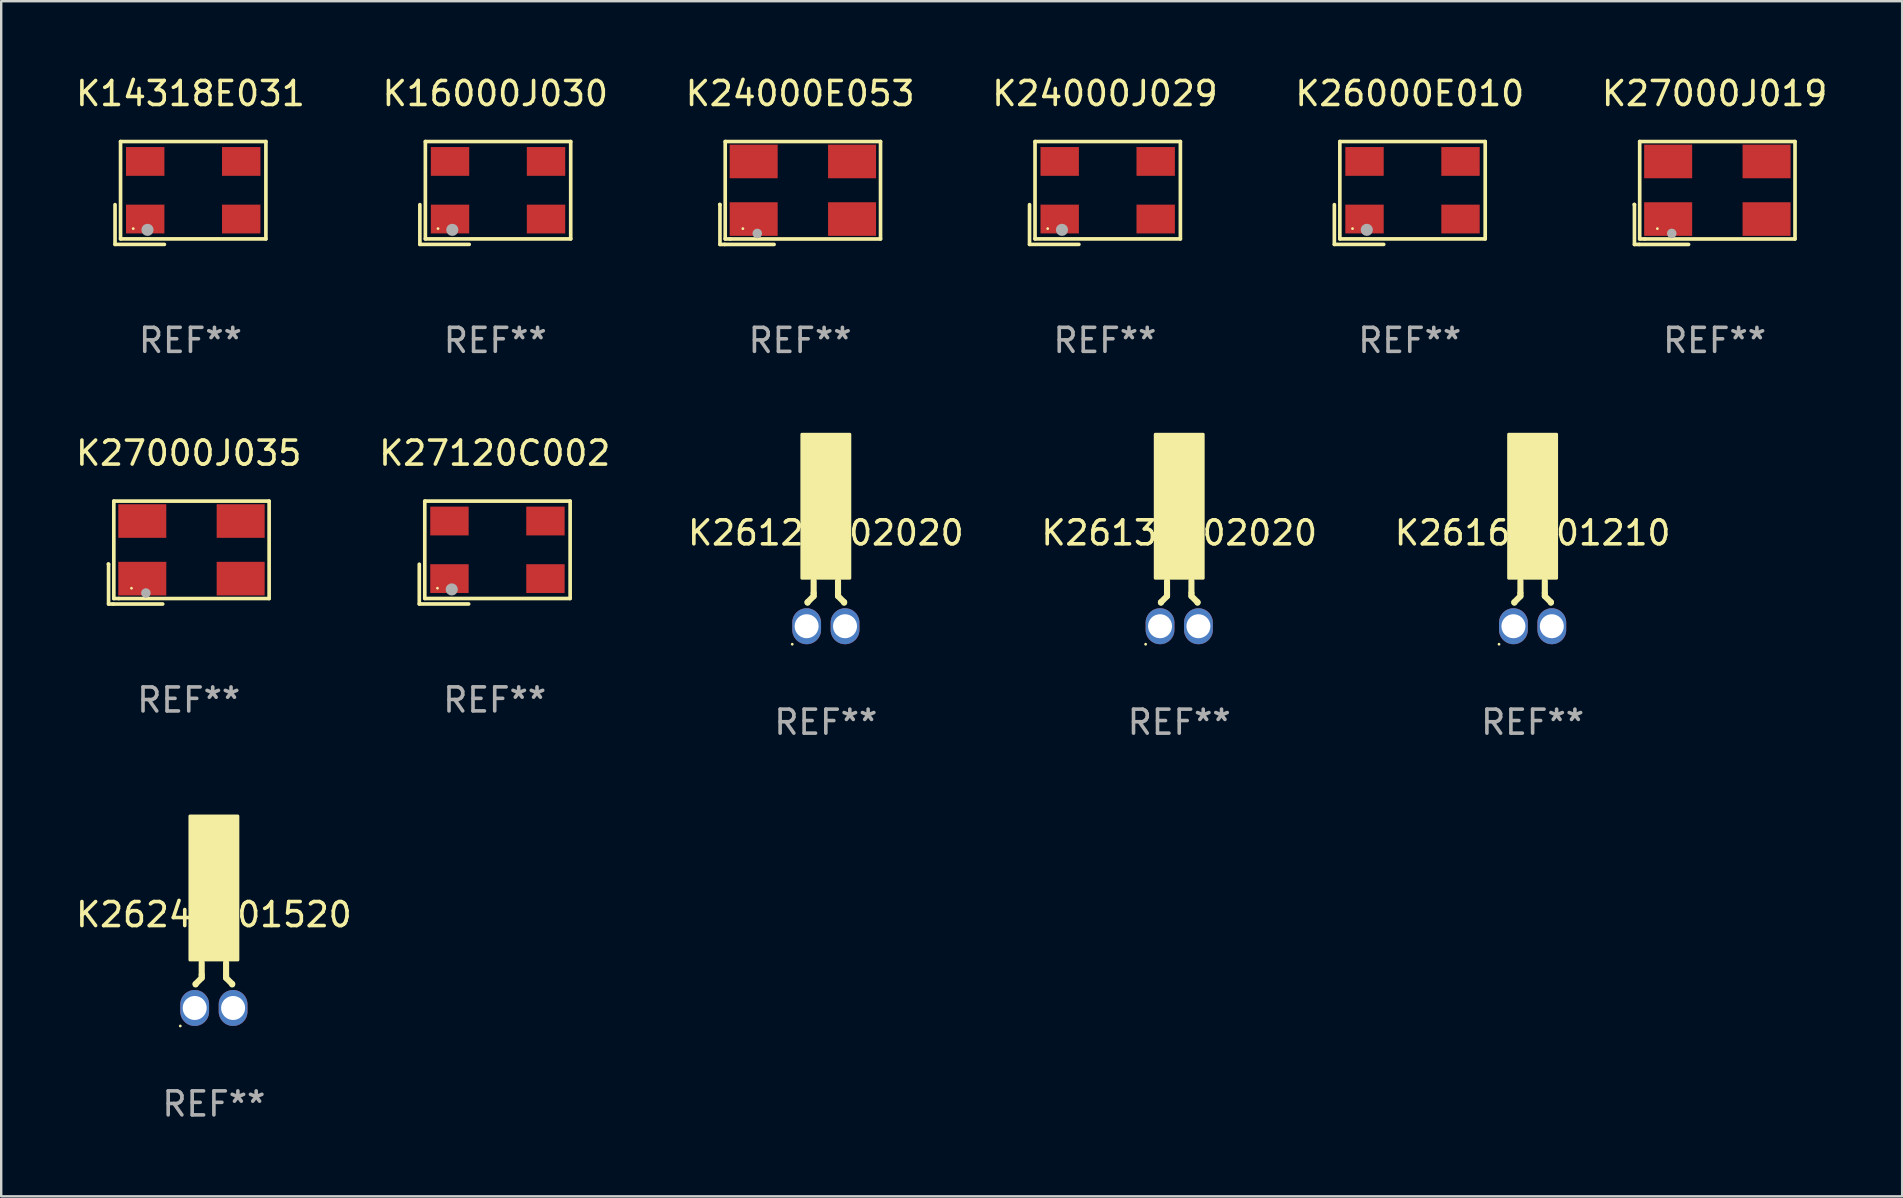
<source format=kicad_pcb>
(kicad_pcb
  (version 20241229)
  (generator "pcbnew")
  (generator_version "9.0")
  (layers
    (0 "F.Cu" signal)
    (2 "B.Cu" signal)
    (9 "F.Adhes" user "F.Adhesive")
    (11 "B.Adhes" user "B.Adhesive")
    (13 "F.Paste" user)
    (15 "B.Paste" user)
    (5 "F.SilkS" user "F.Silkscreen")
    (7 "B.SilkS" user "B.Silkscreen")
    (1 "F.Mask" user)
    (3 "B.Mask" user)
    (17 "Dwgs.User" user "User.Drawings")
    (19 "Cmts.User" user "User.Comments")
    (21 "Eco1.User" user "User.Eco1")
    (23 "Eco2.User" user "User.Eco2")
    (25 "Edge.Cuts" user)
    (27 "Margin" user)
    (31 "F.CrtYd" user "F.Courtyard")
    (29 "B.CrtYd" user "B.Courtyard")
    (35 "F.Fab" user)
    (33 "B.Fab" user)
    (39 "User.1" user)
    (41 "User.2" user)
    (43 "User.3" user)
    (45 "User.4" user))
  (footprint "K26135602020"
    (layer "F.Cu")
    (at 46.089 22.1)
    (property "Reference" "K26135602020" (at 0 -2.945 0) (layer "F.SilkS") (effects (font (size 1 1) (thickness 0.15))))
    (attr through_hole)
    (fp_line (start -0.762 -0.055) (end -0.762 -0.036) (stroke (width 0.254) (type solid)) (layer "F.SilkS"))
    (fp_line (start -0.508 -0.436) (end -0.508 -0.945) (stroke (width 0.254) (type solid)) (layer "F.SilkS"))
    (fp_line (start -0.508 -0.436) (end -0.508 -0.309) (stroke (width 0.254) (type solid)) (layer "F.SilkS"))
    (fp_line (start -0.508 -0.309) (end -0.762 -0.055) (stroke (width 0.254) (type solid)) (layer "F.SilkS"))
    (fp_line (start 0.508 -0.436) (end 0.508 -0.945) (stroke (width 0.254) (type solid)) (layer "F.SilkS"))
    (fp_line (start 0.508 -0.436) (end 0.508 -0.31) (stroke (width 0.254) (type solid)) (layer "F.SilkS"))
    (fp_line (start 0.508 -0.31) (end 0.762 -0.055) (stroke (width 0.254) (type solid)) (layer "F.SilkS"))
    (fp_line (start 0.762 -0.055) (end 0.762 -0.036) (stroke (width 0.254) (type solid)) (layer "F.SilkS"))
    (fp_circle (center -1.4 1.695) (end -1.37 1.695) (stroke (width 0.06) (type solid)) (fill no) (layer "F.SilkS"))
    (fp_poly (pts (xy -1 -7.055) (xy 1 -7.055) (xy 1 -1.055) (xy -1 -1.055)) (stroke (width 0.12) (type solid)) (fill yes) (layer "F.SilkS"))
    (fp_text user "REF**" (at 0 4.945 0) (layer "F.Fab") (effects (font (size 1 1) (thickness 0.15))))
    (pad "1" thru_hole oval (at -0.8 0.945) (size 1.2 1.5) (drill 1) (layers "*.Cu" "*.Mask"))
    (pad "2" thru_hole oval (at 0.8 0.945) (size 1.2 1.5) (drill 1) (layers "*.Cu" "*.Mask")))
  (footprint "K26000E010"
    (layer "F.Cu")
    (at 55.696 4.991)
    (property "Reference" "K26000E010" (at 0 -4.143 0) (layer "F.SilkS") (effects (font (size 1 1) (thickness 0.15))))
    (attr through_hole)
    (fp_line (start -3.143 0.486) (end -3.143 2.143) (stroke (width 0.152) (type solid)) (layer "F.SilkS"))
    (fp_line (start -3.143 2.143) (end -1.086 2.143) (stroke (width 0.152) (type solid)) (layer "F.SilkS"))
    (fp_line (start -2.914 -2.143) (end 3.143 -2.143) (stroke (width 0.152) (type solid)) (layer "F.SilkS"))
    (fp_line (start -2.914 1.914) (end -2.914 -2.143) (stroke (width 0.152) (type solid)) (layer "F.SilkS"))
    (fp_line (start 3.143 -2.143) (end 3.143 1.914) (stroke (width 0.152) (type solid)) (layer "F.SilkS"))
    (fp_line (start 3.143 1.914) (end -2.914 1.914) (stroke (width 0.152) (type solid)) (layer "F.SilkS"))
    (fp_circle (center -2.386 1.486) (end -2.356 1.486) (stroke (width 0.06) (type solid)) (fill no) (layer "F.SilkS"))
    (fp_circle (center -1.791 1.537) (end -1.664 1.537) (stroke (width 0.254) (type solid)) (fill no) (layer "F.Fab"))
    (fp_text user "REF**" (at 0 6.143 0) (layer "F.Fab") (effects (font (size 1 1) (thickness 0.15))))
    (pad "1" smd rect (at -1.886 1.086) (size 1.6 1.2) (layers "F.Cu" "F.Mask" "F.Paste"))
    (pad "2" smd rect (at 2.114 1.086) (size 1.6 1.2) (layers "F.Cu" "F.Mask" "F.Paste"))
    (pad "3" smd rect (at 2.114 -1.314) (size 1.6 1.2) (layers "F.Cu" "F.Mask" "F.Paste"))
    (pad "4" smd rect (at -1.886 -1.314) (size 1.6 1.2) (layers "F.Cu" "F.Mask" "F.Paste")))
  (footprint "K27120C002"
    (layer "F.Cu")
    (at 17.565 19.975)
    (property "Reference" "K27120C002" (at 0 -4.143 0) (layer "F.SilkS") (effects (font (size 1 1) (thickness 0.15))))
    (attr through_hole)
    (fp_line (start -3.143 0.486) (end -3.143 2.143) (stroke (width 0.152) (type solid)) (layer "F.SilkS"))
    (fp_line (start -3.143 2.143) (end -1.086 2.143) (stroke (width 0.152) (type solid)) (layer "F.SilkS"))
    (fp_line (start -2.914 -2.143) (end 3.143 -2.143) (stroke (width 0.152) (type solid)) (layer "F.SilkS"))
    (fp_line (start -2.914 1.914) (end -2.914 -2.143) (stroke (width 0.152) (type solid)) (layer "F.SilkS"))
    (fp_line (start 3.143 -2.143) (end 3.143 1.914) (stroke (width 0.152) (type solid)) (layer "F.SilkS"))
    (fp_line (start 3.143 1.914) (end -2.914 1.914) (stroke (width 0.152) (type solid)) (layer "F.SilkS"))
    (fp_circle (center -2.386 1.486) (end -2.356 1.486) (stroke (width 0.06) (type solid)) (fill no) (layer "F.SilkS"))
    (fp_circle (center -1.791 1.537) (end -1.664 1.537) (stroke (width 0.254) (type solid)) (fill no) (layer "F.Fab"))
    (fp_text user "REF**" (at 0 6.143 0) (layer "F.Fab") (effects (font (size 1 1) (thickness 0.15))))
    (pad "1" smd rect (at -1.886 1.086) (size 1.6 1.2) (layers "F.Cu" "F.Mask" "F.Paste"))
    (pad "2" smd rect (at 2.114 1.086) (size 1.6 1.2) (layers "F.Cu" "F.Mask" "F.Paste"))
    (pad "3" smd rect (at 2.114 -1.314) (size 1.6 1.2) (layers "F.Cu" "F.Mask" "F.Paste"))
    (pad "4" smd rect (at -1.886 -1.314) (size 1.6 1.2) (layers "F.Cu" "F.Mask" "F.Paste")))
  (footprint "K27000J019"
    (layer "F.Cu")
    (at 68.399 4.992)
    (property "Reference" "K27000J019" (at 0 -4.144 0) (layer "F.SilkS") (effects (font (size 1 1) (thickness 0.15))))
    (attr through_hole)
    (fp_line (start -3.35 0.476) (end -3.341 0.485) (stroke (width 0.152) (type solid)) (layer "F.SilkS"))
    (fp_line (start -3.341 0.485) (end -3.341 2.144) (stroke (width 0.152) (type solid)) (layer "F.SilkS"))
    (fp_line (start -3.341 2.144) (end -3.143 2.144) (stroke (width 0.152) (type solid)) (layer "F.SilkS"))
    (fp_line (start -3.143 2.144) (end -1.085 2.144) (stroke (width 0.152) (type solid)) (layer "F.SilkS"))
    (fp_line (start -3.122 -2.144) (end 3.35 -2.144) (stroke (width 0.152) (type solid)) (layer "F.SilkS"))
    (fp_line (start -3.122 1.915) (end -3.122 -2.144) (stroke (width 0.152) (type solid)) (layer "F.SilkS"))
    (fp_line (start -2.914 1.915) (end -3.122 1.915) (stroke (width 0.152) (type solid)) (layer "F.SilkS"))
    (fp_line (start 3.35 -2.144) (end 3.35 1.915) (stroke (width 0.152) (type solid)) (layer "F.SilkS"))
    (fp_line (start 3.35 1.915) (end -2.914 1.915) (stroke (width 0.152) (type solid)) (layer "F.SilkS"))
    (fp_circle (center -2.386 1.486) (end -2.356 1.486) (stroke (width 0.06) (type solid)) (fill no) (layer "F.SilkS"))
    (fp_circle (center -1.786 1.686) (end -1.686 1.686) (stroke (width 0.2) (type solid)) (fill no) (layer "F.Fab"))
    (fp_text user "REF**" (at 0 6.144 0) (layer "F.Fab") (effects (font (size 1 1) (thickness 0.15))))
    (pad "1" smd rect (at -1.936 1.086) (size 2 1.4) (layers "F.Cu" "F.Mask" "F.Paste"))
    (pad "2" smd rect (at 2.164 1.086) (size 2 1.4) (layers "F.Cu" "F.Mask" "F.Paste"))
    (pad "3" smd rect (at 2.164 -1.314) (size 2 1.4) (layers "F.Cu" "F.Mask" "F.Paste"))
    (pad "4" smd rect (at -1.936 -1.314) (size 2 1.4) (layers "F.Cu" "F.Mask" "F.Paste")))
  (footprint "K24000J029"
    (layer "F.Cu")
    (at 42.994 4.991)
    (property "Reference" "K24000J029" (at 0 -4.143 0) (layer "F.SilkS") (effects (font (size 1 1) (thickness 0.15))))
    (attr through_hole)
    (fp_line (start -3.143 0.486) (end -3.143 2.143) (stroke (width 0.152) (type solid)) (layer "F.SilkS"))
    (fp_line (start -3.143 2.143) (end -1.086 2.143) (stroke (width 0.152) (type solid)) (layer "F.SilkS"))
    (fp_line (start -2.914 -2.143) (end 3.143 -2.143) (stroke (width 0.152) (type solid)) (layer "F.SilkS"))
    (fp_line (start -2.914 1.914) (end -2.914 -2.143) (stroke (width 0.152) (type solid)) (layer "F.SilkS"))
    (fp_line (start 3.143 -2.143) (end 3.143 1.914) (stroke (width 0.152) (type solid)) (layer "F.SilkS"))
    (fp_line (start 3.143 1.914) (end -2.914 1.914) (stroke (width 0.152) (type solid)) (layer "F.SilkS"))
    (fp_circle (center -2.386 1.486) (end -2.356 1.486) (stroke (width 0.06) (type solid)) (fill no) (layer "F.SilkS"))
    (fp_circle (center -1.791 1.537) (end -1.664 1.537) (stroke (width 0.254) (type solid)) (fill no) (layer "F.Fab"))
    (fp_text user "REF**" (at 0 6.143 0) (layer "F.Fab") (effects (font (size 1 1) (thickness 0.15))))
    (pad "1" smd rect (at -1.886 1.086) (size 1.6 1.2) (layers "F.Cu" "F.Mask" "F.Paste"))
    (pad "2" smd rect (at 2.114 1.086) (size 1.6 1.2) (layers "F.Cu" "F.Mask" "F.Paste"))
    (pad "3" smd rect (at 2.114 -1.314) (size 1.6 1.2) (layers "F.Cu" "F.Mask" "F.Paste"))
    (pad "4" smd rect (at -1.886 -1.314) (size 1.6 1.2) (layers "F.Cu" "F.Mask" "F.Paste")))
  (footprint "K27000J035"
    (layer "F.Cu")
    (at 4.815 19.976)
    (property "Reference" "K27000J035" (at 0 -4.144 0) (layer "F.SilkS") (effects (font (size 1 1) (thickness 0.15))))
    (attr through_hole)
    (fp_line (start -3.35 0.476) (end -3.341 0.485) (stroke (width 0.152) (type solid)) (layer "F.SilkS"))
    (fp_line (start -3.341 0.485) (end -3.341 2.144) (stroke (width 0.152) (type solid)) (layer "F.SilkS"))
    (fp_line (start -3.341 2.144) (end -3.143 2.144) (stroke (width 0.152) (type solid)) (layer "F.SilkS"))
    (fp_line (start -3.143 2.144) (end -1.085 2.144) (stroke (width 0.152) (type solid)) (layer "F.SilkS"))
    (fp_line (start -3.122 -2.144) (end 3.35 -2.144) (stroke (width 0.152) (type solid)) (layer "F.SilkS"))
    (fp_line (start -3.122 1.915) (end -3.122 -2.144) (stroke (width 0.152) (type solid)) (layer "F.SilkS"))
    (fp_line (start -2.914 1.915) (end -3.122 1.915) (stroke (width 0.152) (type solid)) (layer "F.SilkS"))
    (fp_line (start 3.35 -2.144) (end 3.35 1.915) (stroke (width 0.152) (type solid)) (layer "F.SilkS"))
    (fp_line (start 3.35 1.915) (end -2.914 1.915) (stroke (width 0.152) (type solid)) (layer "F.SilkS"))
    (fp_circle (center -2.386 1.486) (end -2.356 1.486) (stroke (width 0.06) (type solid)) (fill no) (layer "F.SilkS"))
    (fp_circle (center -1.786 1.686) (end -1.686 1.686) (stroke (width 0.2) (type solid)) (fill no) (layer "F.Fab"))
    (fp_text user "REF**" (at 0 6.144 0) (layer "F.Fab") (effects (font (size 1 1) (thickness 0.15))))
    (pad "1" smd rect (at -1.936 1.086) (size 2 1.4) (layers "F.Cu" "F.Mask" "F.Paste"))
    (pad "2" smd rect (at 2.164 1.086) (size 2 1.4) (layers "F.Cu" "F.Mask" "F.Paste"))
    (pad "3" smd rect (at 2.164 -1.314) (size 2 1.4) (layers "F.Cu" "F.Mask" "F.Paste"))
    (pad "4" smd rect (at -1.936 -1.314) (size 2 1.4) (layers "F.Cu" "F.Mask" "F.Paste")))
  (footprint "K26120002020"
    (layer "F.Cu")
    (at 31.363 22.1)
    (property "Reference" "K26120002020" (at 0 -2.945 0) (layer "F.SilkS") (effects (font (size 1 1) (thickness 0.15))))
    (attr through_hole)
    (fp_line (start -0.762 -0.055) (end -0.762 -0.036) (stroke (width 0.254) (type solid)) (layer "F.SilkS"))
    (fp_line (start -0.508 -0.436) (end -0.508 -0.945) (stroke (width 0.254) (type solid)) (layer "F.SilkS"))
    (fp_line (start -0.508 -0.436) (end -0.508 -0.309) (stroke (width 0.254) (type solid)) (layer "F.SilkS"))
    (fp_line (start -0.508 -0.309) (end -0.762 -0.055) (stroke (width 0.254) (type solid)) (layer "F.SilkS"))
    (fp_line (start 0.508 -0.436) (end 0.508 -0.945) (stroke (width 0.254) (type solid)) (layer "F.SilkS"))
    (fp_line (start 0.508 -0.436) (end 0.508 -0.31) (stroke (width 0.254) (type solid)) (layer "F.SilkS"))
    (fp_line (start 0.508 -0.31) (end 0.762 -0.055) (stroke (width 0.254) (type solid)) (layer "F.SilkS"))
    (fp_line (start 0.762 -0.055) (end 0.762 -0.036) (stroke (width 0.254) (type solid)) (layer "F.SilkS"))
    (fp_circle (center -1.4 1.695) (end -1.37 1.695) (stroke (width 0.06) (type solid)) (fill no) (layer "F.SilkS"))
    (fp_poly (pts (xy -1 -7.055) (xy 1 -7.055) (xy 1 -1.055) (xy -1 -1.055)) (stroke (width 0.12) (type solid)) (fill yes) (layer "F.SilkS"))
    (fp_text user "REF**" (at 0 4.945 0) (layer "F.Fab") (effects (font (size 1 1) (thickness 0.15))))
    (pad "1" thru_hole oval (at -0.8 0.945) (size 1.2 1.5) (drill 1) (layers "*.Cu" "*.Mask"))
    (pad "2" thru_hole oval (at 0.8 0.945) (size 1.2 1.5) (drill 1) (layers "*.Cu" "*.Mask")))
  (footprint "K26240001520"
    (layer "F.Cu")
    (at 5.863 38.008)
    (property "Reference" "K26240001520" (at 0 -2.945 0) (layer "F.SilkS") (effects (font (size 1 1) (thickness 0.15))))
    (attr through_hole)
    (fp_line (start -0.762 -0.055) (end -0.762 -0.036) (stroke (width 0.254) (type solid)) (layer "F.SilkS"))
    (fp_line (start -0.508 -0.436) (end -0.508 -0.945) (stroke (width 0.254) (type solid)) (layer "F.SilkS"))
    (fp_line (start -0.508 -0.436) (end -0.508 -0.309) (stroke (width 0.254) (type solid)) (layer "F.SilkS"))
    (fp_line (start -0.508 -0.309) (end -0.762 -0.055) (stroke (width 0.254) (type solid)) (layer "F.SilkS"))
    (fp_line (start 0.508 -0.436) (end 0.508 -0.945) (stroke (width 0.254) (type solid)) (layer "F.SilkS"))
    (fp_line (start 0.508 -0.436) (end 0.508 -0.31) (stroke (width 0.254) (type solid)) (layer "F.SilkS"))
    (fp_line (start 0.508 -0.31) (end 0.762 -0.055) (stroke (width 0.254) (type solid)) (layer "F.SilkS"))
    (fp_line (start 0.762 -0.055) (end 0.762 -0.036) (stroke (width 0.254) (type solid)) (layer "F.SilkS"))
    (fp_circle (center -1.4 1.695) (end -1.37 1.695) (stroke (width 0.06) (type solid)) (fill no) (layer "F.SilkS"))
    (fp_poly (pts (xy -1 -7.055) (xy 1 -7.055) (xy 1 -1.055) (xy -1 -1.055)) (stroke (width 0.12) (type solid)) (fill yes) (layer "F.SilkS"))
    (fp_text user "REF**" (at 0 4.945 0) (layer "F.Fab") (effects (font (size 1 1) (thickness 0.15))))
    (pad "1" thru_hole oval (at -0.8 0.945) (size 1.2 1.5) (drill 1) (layers "*.Cu" "*.Mask"))
    (pad "2" thru_hole oval (at 0.8 0.945) (size 1.2 1.5) (drill 1) (layers "*.Cu" "*.Mask")))
  (footprint "K26160001210"
    (layer "F.Cu")
    (at 60.815 22.1)
    (property "Reference" "K26160001210" (at 0 -2.945 0) (layer "F.SilkS") (effects (font (size 1 1) (thickness 0.15))))
    (attr through_hole)
    (fp_line (start -0.762 -0.055) (end -0.762 -0.036) (stroke (width 0.254) (type solid)) (layer "F.SilkS"))
    (fp_line (start -0.508 -0.436) (end -0.508 -0.945) (stroke (width 0.254) (type solid)) (layer "F.SilkS"))
    (fp_line (start -0.508 -0.436) (end -0.508 -0.309) (stroke (width 0.254) (type solid)) (layer "F.SilkS"))
    (fp_line (start -0.508 -0.309) (end -0.762 -0.055) (stroke (width 0.254) (type solid)) (layer "F.SilkS"))
    (fp_line (start 0.508 -0.436) (end 0.508 -0.945) (stroke (width 0.254) (type solid)) (layer "F.SilkS"))
    (fp_line (start 0.508 -0.436) (end 0.508 -0.31) (stroke (width 0.254) (type solid)) (layer "F.SilkS"))
    (fp_line (start 0.508 -0.31) (end 0.762 -0.055) (stroke (width 0.254) (type solid)) (layer "F.SilkS"))
    (fp_line (start 0.762 -0.055) (end 0.762 -0.036) (stroke (width 0.254) (type solid)) (layer "F.SilkS"))
    (fp_circle (center -1.4 1.695) (end -1.37 1.695) (stroke (width 0.06) (type solid)) (fill no) (layer "F.SilkS"))
    (fp_poly (pts (xy -1 -7.055) (xy 1 -7.055) (xy 1 -1.055) (xy -1 -1.055)) (stroke (width 0.12) (type solid)) (fill yes) (layer "F.SilkS"))
    (fp_text user "REF**" (at 0 4.945 0) (layer "F.Fab") (effects (font (size 1 1) (thickness 0.15))))
    (pad "1" thru_hole oval (at -0.8 0.945) (size 1.2 1.5) (drill 1) (layers "*.Cu" "*.Mask"))
    (pad "2" thru_hole oval (at 0.8 0.945) (size 1.2 1.5) (drill 1) (layers "*.Cu" "*.Mask")))
  (footprint "K16000J030"
    (layer "F.Cu")
    (at 17.589 4.991)
    (property "Reference" "K16000J030" (at 0 -4.143 0) (layer "F.SilkS") (effects (font (size 1 1) (thickness 0.15))))
    (attr through_hole)
    (fp_line (start -3.143 0.486) (end -3.143 2.143) (stroke (width 0.152) (type solid)) (layer "F.SilkS"))
    (fp_line (start -3.143 2.143) (end -1.086 2.143) (stroke (width 0.152) (type solid)) (layer "F.SilkS"))
    (fp_line (start -2.914 -2.143) (end 3.143 -2.143) (stroke (width 0.152) (type solid)) (layer "F.SilkS"))
    (fp_line (start -2.914 1.914) (end -2.914 -2.143) (stroke (width 0.152) (type solid)) (layer "F.SilkS"))
    (fp_line (start 3.143 -2.143) (end 3.143 1.914) (stroke (width 0.152) (type solid)) (layer "F.SilkS"))
    (fp_line (start 3.143 1.914) (end -2.914 1.914) (stroke (width 0.152) (type solid)) (layer "F.SilkS"))
    (fp_circle (center -2.386 1.486) (end -2.356 1.486) (stroke (width 0.06) (type solid)) (fill no) (layer "F.SilkS"))
    (fp_circle (center -1.791 1.537) (end -1.664 1.537) (stroke (width 0.254) (type solid)) (fill no) (layer "F.Fab"))
    (fp_text user "REF**" (at 0 6.143 0) (layer "F.Fab") (effects (font (size 1 1) (thickness 0.15))))
    (pad "1" smd rect (at -1.886 1.086) (size 1.6 1.2) (layers "F.Cu" "F.Mask" "F.Paste"))
    (pad "2" smd rect (at 2.114 1.086) (size 1.6 1.2) (layers "F.Cu" "F.Mask" "F.Paste"))
    (pad "3" smd rect (at 2.114 -1.314) (size 1.6 1.2) (layers "F.Cu" "F.Mask" "F.Paste"))
    (pad "4" smd rect (at -1.886 -1.314) (size 1.6 1.2) (layers "F.Cu" "F.Mask" "F.Paste")))
  (footprint "K24000E053"
    (layer "F.Cu")
    (at 30.292 4.992)
    (property "Reference" "K24000E053" (at 0 -4.144 0) (layer "F.SilkS") (effects (font (size 1 1) (thickness 0.15))))
    (attr through_hole)
    (fp_line (start -3.35 0.476) (end -3.341 0.485) (stroke (width 0.152) (type solid)) (layer "F.SilkS"))
    (fp_line (start -3.341 0.485) (end -3.341 2.144) (stroke (width 0.152) (type solid)) (layer "F.SilkS"))
    (fp_line (start -3.341 2.144) (end -3.143 2.144) (stroke (width 0.152) (type solid)) (layer "F.SilkS"))
    (fp_line (start -3.143 2.144) (end -1.085 2.144) (stroke (width 0.152) (type solid)) (layer "F.SilkS"))
    (fp_line (start -3.122 -2.144) (end 3.35 -2.144) (stroke (width 0.152) (type solid)) (layer "F.SilkS"))
    (fp_line (start -3.122 1.915) (end -3.122 -2.144) (stroke (width 0.152) (type solid)) (layer "F.SilkS"))
    (fp_line (start -2.914 1.915) (end -3.122 1.915) (stroke (width 0.152) (type solid)) (layer "F.SilkS"))
    (fp_line (start 3.35 -2.144) (end 3.35 1.915) (stroke (width 0.152) (type solid)) (layer "F.SilkS"))
    (fp_line (start 3.35 1.915) (end -2.914 1.915) (stroke (width 0.152) (type solid)) (layer "F.SilkS"))
    (fp_circle (center -2.386 1.486) (end -2.356 1.486) (stroke (width 0.06) (type solid)) (fill no) (layer "F.SilkS"))
    (fp_circle (center -1.786 1.686) (end -1.686 1.686) (stroke (width 0.2) (type solid)) (fill no) (layer "F.Fab"))
    (fp_text user "REF**" (at 0 6.144 0) (layer "F.Fab") (effects (font (size 1 1) (thickness 0.15))))
    (pad "1" smd rect (at -1.936 1.086) (size 2 1.4) (layers "F.Cu" "F.Mask" "F.Paste"))
    (pad "2" smd rect (at 2.164 1.086) (size 2 1.4) (layers "F.Cu" "F.Mask" "F.Paste"))
    (pad "3" smd rect (at 2.164 -1.314) (size 2 1.4) (layers "F.Cu" "F.Mask" "F.Paste"))
    (pad "4" smd rect (at -1.936 -1.314) (size 2 1.4) (layers "F.Cu" "F.Mask" "F.Paste")))
  (footprint "K14318E031"
    (layer "F.Cu")
    (at 4.887 4.991)
    (property "Reference" "K14318E031" (at 0 -4.143 0) (layer "F.SilkS") (effects (font (size 1 1) (thickness 0.15))))
    (attr through_hole)
    (fp_line (start -3.143 0.486) (end -3.143 2.143) (stroke (width 0.152) (type solid)) (layer "F.SilkS"))
    (fp_line (start -3.143 2.143) (end -1.086 2.143) (stroke (width 0.152) (type solid)) (layer "F.SilkS"))
    (fp_line (start -2.914 -2.143) (end 3.143 -2.143) (stroke (width 0.152) (type solid)) (layer "F.SilkS"))
    (fp_line (start -2.914 1.914) (end -2.914 -2.143) (stroke (width 0.152) (type solid)) (layer "F.SilkS"))
    (fp_line (start 3.143 -2.143) (end 3.143 1.914) (stroke (width 0.152) (type solid)) (layer "F.SilkS"))
    (fp_line (start 3.143 1.914) (end -2.914 1.914) (stroke (width 0.152) (type solid)) (layer "F.SilkS"))
    (fp_circle (center -2.386 1.486) (end -2.356 1.486) (stroke (width 0.06) (type solid)) (fill no) (layer "F.SilkS"))
    (fp_circle (center -1.791 1.537) (end -1.664 1.537) (stroke (width 0.254) (type solid)) (fill no) (layer "F.Fab"))
    (fp_text user "REF**" (at 0 6.143 0) (layer "F.Fab") (effects (font (size 1 1) (thickness 0.15))))
    (pad "1" smd rect (at -1.886 1.086) (size 1.6 1.2) (layers "F.Cu" "F.Mask" "F.Paste"))
    (pad "2" smd rect (at 2.114 1.086) (size 1.6 1.2) (layers "F.Cu" "F.Mask" "F.Paste"))
    (pad "3" smd rect (at 2.114 -1.314) (size 1.6 1.2) (layers "F.Cu" "F.Mask" "F.Paste"))
    (pad "4" smd rect (at -1.886 -1.314) (size 1.6 1.2) (layers "F.Cu" "F.Mask" "F.Paste")))
  (gr_rect
    (start -3 -3)
    (end 76.214 46.801)
    (stroke (width 0.1) (type default))
    (fill no)
    (layer "Edge.Cuts")))
</source>
